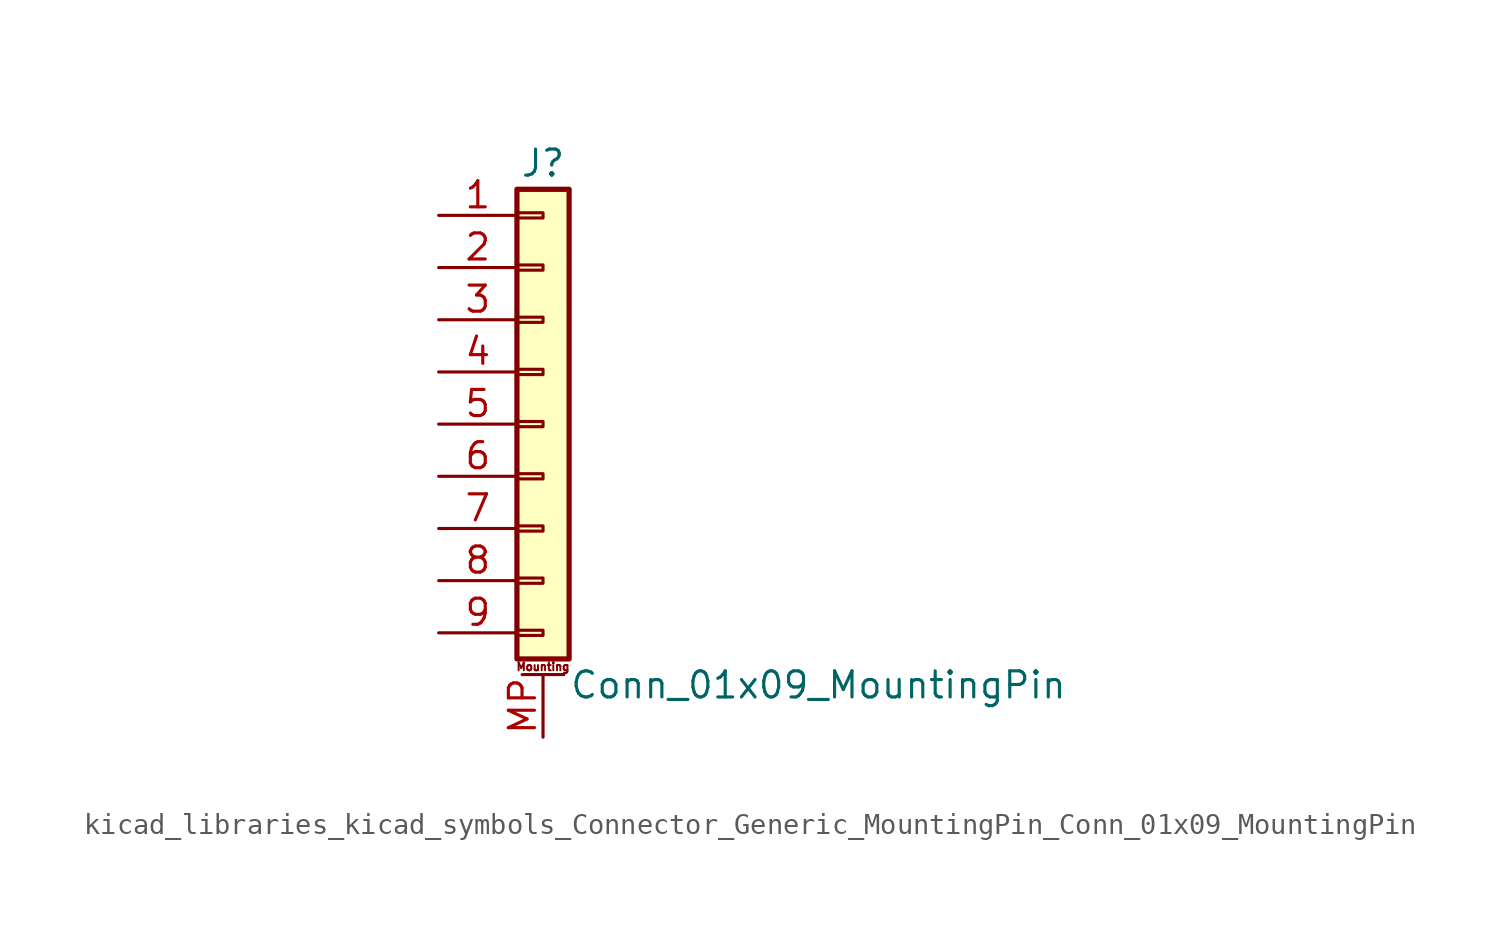
<source format=kicad_sym>
(kicad_symbol_lib
  (version 20220914)
  (generator kicad_symbol_editor)
  (symbol "kicad_libraries_kicad_symbols_Connector_Generic_MountingPin_Conn_01x09_MountingPin"
    (pin_names
      (offset 1.016) hide)
    (property "Reference" "J"
      (at 0 12.7 0)
      (effects (font (size 1.27 1.27))))
    (property "Value" "Conn_01x09_MountingPin"
      (at 1.27 -12.7 0)
      (effects (font (size 1.27 1.27)) (justify left)))
    (symbol "kicad_libraries_kicad_symbols_Connector_Generic_MountingPin_Conn_01x09_MountingPin_1_1"
      (rectangle (start -1.27 -10.033) (end 0 -10.287) (stroke (width 0.152) (type default)) (fill (type none)))
      (rectangle (start -1.27 -7.493) (end 0 -7.747) (stroke (width 0.152) (type default)) (fill (type none)))
      (rectangle (start -1.27 -4.953) (end 0 -5.207) (stroke (width 0.152) (type default)) (fill (type none)))
      (rectangle (start -1.27 -2.413) (end 0 -2.667) (stroke (width 0.152) (type default)) (fill (type none)))
      (rectangle (start -1.27 0.127) (end 0 -0.127) (stroke (width 0.152) (type default)) (fill (type none)))
      (rectangle (start -1.27 2.667) (end 0 2.413) (stroke (width 0.152) (type default)) (fill (type none)))
      (rectangle (start -1.27 5.207) (end 0 4.953) (stroke (width 0.152) (type default)) (fill (type none)))
      (rectangle (start -1.27 7.747) (end 0 7.493) (stroke (width 0.152) (type default)) (fill (type none)))
      (rectangle (start -1.27 10.287) (end 0 10.033) (stroke (width 0.152) (type default)) (fill (type none)))
      (rectangle (start -1.27 11.43) (end 1.27 -11.43) (stroke (width 0.254) (type default)) (fill (type background)))
      (polyline (pts (xy -1.016 -12.192) (xy 1.016 -12.192)) (stroke (width 0.152) (type default)) (fill (type none)))
      (text "Mounting" (at 0 -11.811 0) (effects (font (size 0.381 0.381))))
      (pin passive line (at -5.08 10.16 0) (length 3.81) (name "Pin_1" (effects (font (size 1.27 1.27)))) (number "1" (effects (font (size 1.27 1.27)))))
      (pin passive line (at -5.08 7.62 0) (length 3.81) (name "Pin_2" (effects (font (size 1.27 1.27)))) (number "2" (effects (font (size 1.27 1.27)))))
      (pin passive line (at -5.08 5.08 0) (length 3.81) (name "Pin_3" (effects (font (size 1.27 1.27)))) (number "3" (effects (font (size 1.27 1.27)))))
      (pin passive line (at -5.08 2.54 0) (length 3.81) (name "Pin_4" (effects (font (size 1.27 1.27)))) (number "4" (effects (font (size 1.27 1.27)))))
      (pin passive line (at -5.08 0 0) (length 3.81) (name "Pin_5" (effects (font (size 1.27 1.27)))) (number "5" (effects (font (size 1.27 1.27)))))
      (pin passive line (at -5.08 -2.54 0) (length 3.81) (name "Pin_6" (effects (font (size 1.27 1.27)))) (number "6" (effects (font (size 1.27 1.27)))))
      (pin passive line (at -5.08 -5.08 0) (length 3.81) (name "Pin_7" (effects (font (size 1.27 1.27)))) (number "7" (effects (font (size 1.27 1.27)))))
      (pin passive line (at -5.08 -7.62 0) (length 3.81) (name "Pin_8" (effects (font (size 1.27 1.27)))) (number "8" (effects (font (size 1.27 1.27)))))
      (pin passive line (at -5.08 -10.16 0) (length 3.81) (name "Pin_9" (effects (font (size 1.27 1.27)))) (number "9" (effects (font (size 1.27 1.27)))))
      (pin passive line (at 0 -15.24 90) (length 3.048) (name "MountPin" (effects (font (size 1.27 1.27)))) (number "MP" (effects (font (size 1.27 1.27))))))))
</source>
